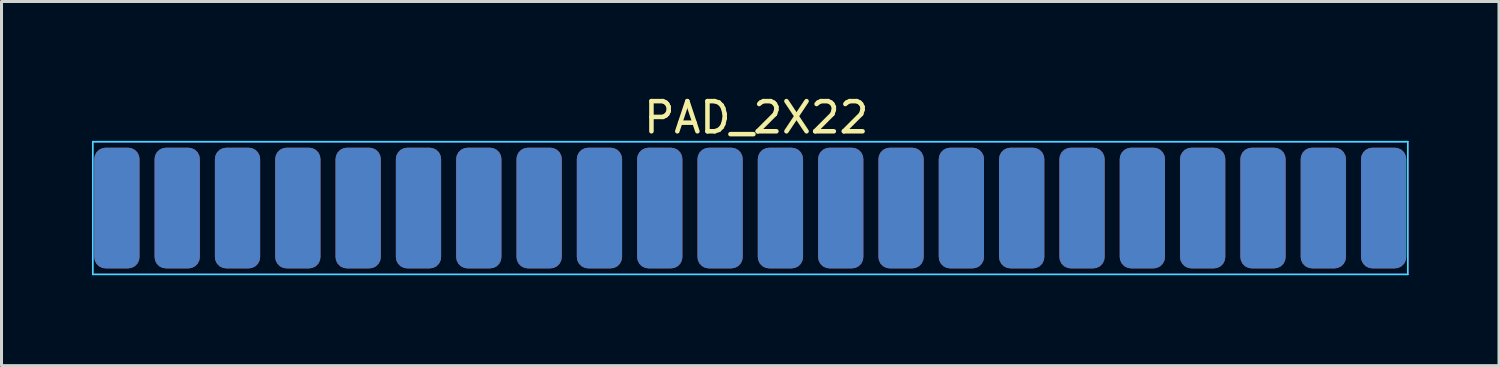
<source format=kicad_pcb>
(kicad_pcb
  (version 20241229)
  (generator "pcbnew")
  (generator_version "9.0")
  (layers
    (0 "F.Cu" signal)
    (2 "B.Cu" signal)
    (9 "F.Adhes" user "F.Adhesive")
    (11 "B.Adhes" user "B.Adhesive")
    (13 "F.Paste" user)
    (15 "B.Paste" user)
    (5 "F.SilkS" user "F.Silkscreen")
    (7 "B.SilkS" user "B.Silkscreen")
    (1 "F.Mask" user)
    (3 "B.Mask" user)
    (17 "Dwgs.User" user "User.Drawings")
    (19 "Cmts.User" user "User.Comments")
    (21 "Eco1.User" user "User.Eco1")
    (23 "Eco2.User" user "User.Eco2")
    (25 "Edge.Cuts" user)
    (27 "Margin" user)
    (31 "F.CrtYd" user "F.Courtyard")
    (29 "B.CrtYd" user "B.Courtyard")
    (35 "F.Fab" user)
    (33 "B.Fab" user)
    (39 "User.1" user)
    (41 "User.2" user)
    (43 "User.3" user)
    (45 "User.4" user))
  (footprint "PAD_2X22"
    (layer "F.Cu")
    (at 21.825 3.848)
    (property "Reference" "PAD_2X22" (at 0.2 -3 0) (layer "F.SilkS") (effects (font (size 1 1) (thickness 0.15))))
    (attr smd)
    (fp_line (start -21.8 -2.2) (end -21.8 2.2) (stroke (width 0.05) (type solid)) (layer "B.CrtYd"))
    (fp_line (start -21.8 -2.2) (end 21.8 -2.2) (stroke (width 0.05) (type solid)) (layer "B.CrtYd"))
    (fp_line (start 21.8 -2.2) (end 21.8 2.2) (stroke (width 0.05) (type solid)) (layer "B.CrtYd"))
    (fp_line (start 21.8 2.2) (end -21.8 2.2) (stroke (width 0.05) (type solid)) (layer "B.CrtYd"))
    (fp_line (start -21.8 -2.2) (end -21.8 2.2) (stroke (width 0.05) (type solid)) (layer "F.CrtYd"))
    (fp_line (start -21.8 -2.2) (end 21.8 -2.2) (stroke (width 0.05) (type solid)) (layer "F.CrtYd"))
    (fp_line (start 21.8 -2.2) (end 21.8 2.2) (stroke (width 0.05) (type solid)) (layer "F.CrtYd"))
    (fp_line (start 21.8 2.2) (end -21.8 2.2) (stroke (width 0.05) (type solid)) (layer "F.CrtYd"))
    (pad "1" smd roundrect (at -21 0) (size 1.5 4) (layers "F.Cu" "F.Mask" "F.Paste") (roundrect_rratio 0.25))
    (pad "2" smd roundrect (at -21 0) (size 1.5 4) (layers "B.Cu" "B.Mask" "B.Paste") (roundrect_rratio 0.25))
    (pad "3" smd roundrect (at -19 0) (size 1.5 4) (layers "F.Cu" "F.Mask" "F.Paste") (roundrect_rratio 0.25))
    (pad "4" smd roundrect (at -19 0) (size 1.5 4) (layers "B.Cu" "B.Mask" "B.Paste") (roundrect_rratio 0.25))
    (pad "5" smd roundrect (at -17 0) (size 1.5 4) (layers "F.Cu" "F.Mask" "F.Paste") (roundrect_rratio 0.25))
    (pad "6" smd roundrect (at -17 0) (size 1.5 4) (layers "B.Cu" "B.Mask" "B.Paste") (roundrect_rratio 0.25))
    (pad "7" smd roundrect (at -15 0) (size 1.5 4) (layers "F.Cu" "F.Mask" "F.Paste") (roundrect_rratio 0.25))
    (pad "8" smd roundrect (at -15 0) (size 1.5 4) (layers "B.Cu" "B.Mask" "B.Paste") (roundrect_rratio 0.25))
    (pad "9" smd roundrect (at -13 0) (size 1.5 4) (layers "F.Cu" "F.Mask" "F.Paste") (roundrect_rratio 0.25))
    (pad "10" smd roundrect (at -13 0) (size 1.5 4) (layers "B.Cu" "B.Mask" "B.Paste") (roundrect_rratio 0.25))
    (pad "11" smd roundrect (at -11 0) (size 1.5 4) (layers "F.Cu" "F.Mask" "F.Paste") (roundrect_rratio 0.25))
    (pad "12" smd roundrect (at -11 0) (size 1.5 4) (layers "B.Cu" "B.Mask" "B.Paste") (roundrect_rratio 0.25))
    (pad "13" smd roundrect (at -9 0) (size 1.5 4) (layers "F.Cu" "F.Mask" "F.Paste") (roundrect_rratio 0.25))
    (pad "14" smd roundrect (at -9 0) (size 1.5 4) (layers "B.Cu" "B.Mask" "B.Paste") (roundrect_rratio 0.25))
    (pad "15" smd roundrect (at -7 0) (size 1.5 4) (layers "F.Cu" "F.Mask" "F.Paste") (roundrect_rratio 0.25))
    (pad "16" smd roundrect (at -7 0) (size 1.5 4) (layers "B.Cu" "B.Mask" "B.Paste") (roundrect_rratio 0.25))
    (pad "17" smd roundrect (at -5 0) (size 1.5 4) (layers "F.Cu" "F.Mask" "F.Paste") (roundrect_rratio 0.25))
    (pad "18" smd roundrect (at -5 0) (size 1.5 4) (layers "B.Cu" "B.Mask" "B.Paste") (roundrect_rratio 0.25))
    (pad "19" smd roundrect (at -3 0) (size 1.5 4) (layers "F.Cu" "F.Mask" "F.Paste") (roundrect_rratio 0.25))
    (pad "20" smd roundrect (at -3 0) (size 1.5 4) (layers "B.Cu" "B.Mask" "B.Paste") (roundrect_rratio 0.25))
    (pad "21" smd roundrect (at -1 0) (size 1.5 4) (layers "F.Cu" "F.Mask" "F.Paste") (roundrect_rratio 0.25))
    (pad "22" smd roundrect (at -1 0) (size 1.5 4) (layers "B.Cu" "B.Mask" "B.Paste") (roundrect_rratio 0.25))
    (pad "23" smd roundrect (at 1 0) (size 1.5 4) (layers "F.Cu" "F.Mask" "F.Paste") (roundrect_rratio 0.25))
    (pad "24" smd roundrect (at 1 0) (size 1.5 4) (layers "B.Cu" "B.Mask" "B.Paste") (roundrect_rratio 0.25))
    (pad "25" smd roundrect (at 3 0) (size 1.5 4) (layers "F.Cu" "F.Mask" "F.Paste") (roundrect_rratio 0.25))
    (pad "26" smd roundrect (at 3 0) (size 1.5 4) (layers "B.Cu" "B.Mask" "B.Paste") (roundrect_rratio 0.25))
    (pad "27" smd roundrect (at 5 0) (size 1.5 4) (layers "F.Cu" "F.Mask" "F.Paste") (roundrect_rratio 0.25))
    (pad "28" smd roundrect (at 5 0) (size 1.5 4) (layers "B.Cu" "B.Mask" "B.Paste") (roundrect_rratio 0.25))
    (pad "29" smd roundrect (at 7 0) (size 1.5 4) (layers "F.Cu" "F.Mask" "F.Paste") (roundrect_rratio 0.25))
    (pad "30" smd roundrect (at 7 0) (size 1.5 4) (layers "B.Cu" "B.Mask" "B.Paste") (roundrect_rratio 0.25))
    (pad "31" smd roundrect (at 9 0) (size 1.5 4) (layers "F.Cu" "F.Mask" "F.Paste") (roundrect_rratio 0.25))
    (pad "32" smd roundrect (at 9 0) (size 1.5 4) (layers "B.Cu" "B.Mask" "B.Paste") (roundrect_rratio 0.25))
    (pad "33" smd roundrect (at 11 0) (size 1.5 4) (layers "F.Cu" "F.Mask" "F.Paste") (roundrect_rratio 0.25))
    (pad "34" smd roundrect (at 11 0) (size 1.5 4) (layers "B.Cu" "B.Mask" "B.Paste") (roundrect_rratio 0.25))
    (pad "35" smd roundrect (at 13 0) (size 1.5 4) (layers "F.Cu" "F.Mask" "F.Paste") (roundrect_rratio 0.25))
    (pad "36" smd roundrect (at 13 0) (size 1.5 4) (layers "B.Cu" "B.Mask" "B.Paste") (roundrect_rratio 0.25))
    (pad "37" smd roundrect (at 15 0) (size 1.5 4) (layers "F.Cu" "F.Mask" "F.Paste") (roundrect_rratio 0.25))
    (pad "38" smd roundrect (at 15 0) (size 1.5 4) (layers "B.Cu" "B.Mask" "B.Paste") (roundrect_rratio 0.25))
    (pad "39" smd roundrect (at 17 0) (size 1.5 4) (layers "F.Cu" "F.Mask" "F.Paste") (roundrect_rratio 0.25))
    (pad "40" smd roundrect (at 17 0) (size 1.5 4) (layers "B.Cu" "B.Mask" "B.Paste") (roundrect_rratio 0.25))
    (pad "41" smd roundrect (at 19 0) (size 1.5 4) (layers "F.Cu" "F.Mask" "F.Paste") (roundrect_rratio 0.25))
    (pad "42" smd roundrect (at 19 0) (size 1.5 4) (layers "B.Cu" "B.Mask" "B.Paste") (roundrect_rratio 0.25))
    (pad "43" smd roundrect (at 21 0) (size 1.5 4) (layers "F.Cu" "F.Mask" "F.Paste") (roundrect_rratio 0.25))
    (pad "44" smd roundrect (at 21 0) (size 1.5 4) (layers "B.Cu" "B.Mask" "B.Paste") (roundrect_rratio 0.25)))
  (gr_rect
    (start -3 -3)
    (end 46.65 9.073)
    (stroke (width 0.1) (type default))
    (fill no)
    (layer "Edge.Cuts")))
</source>
